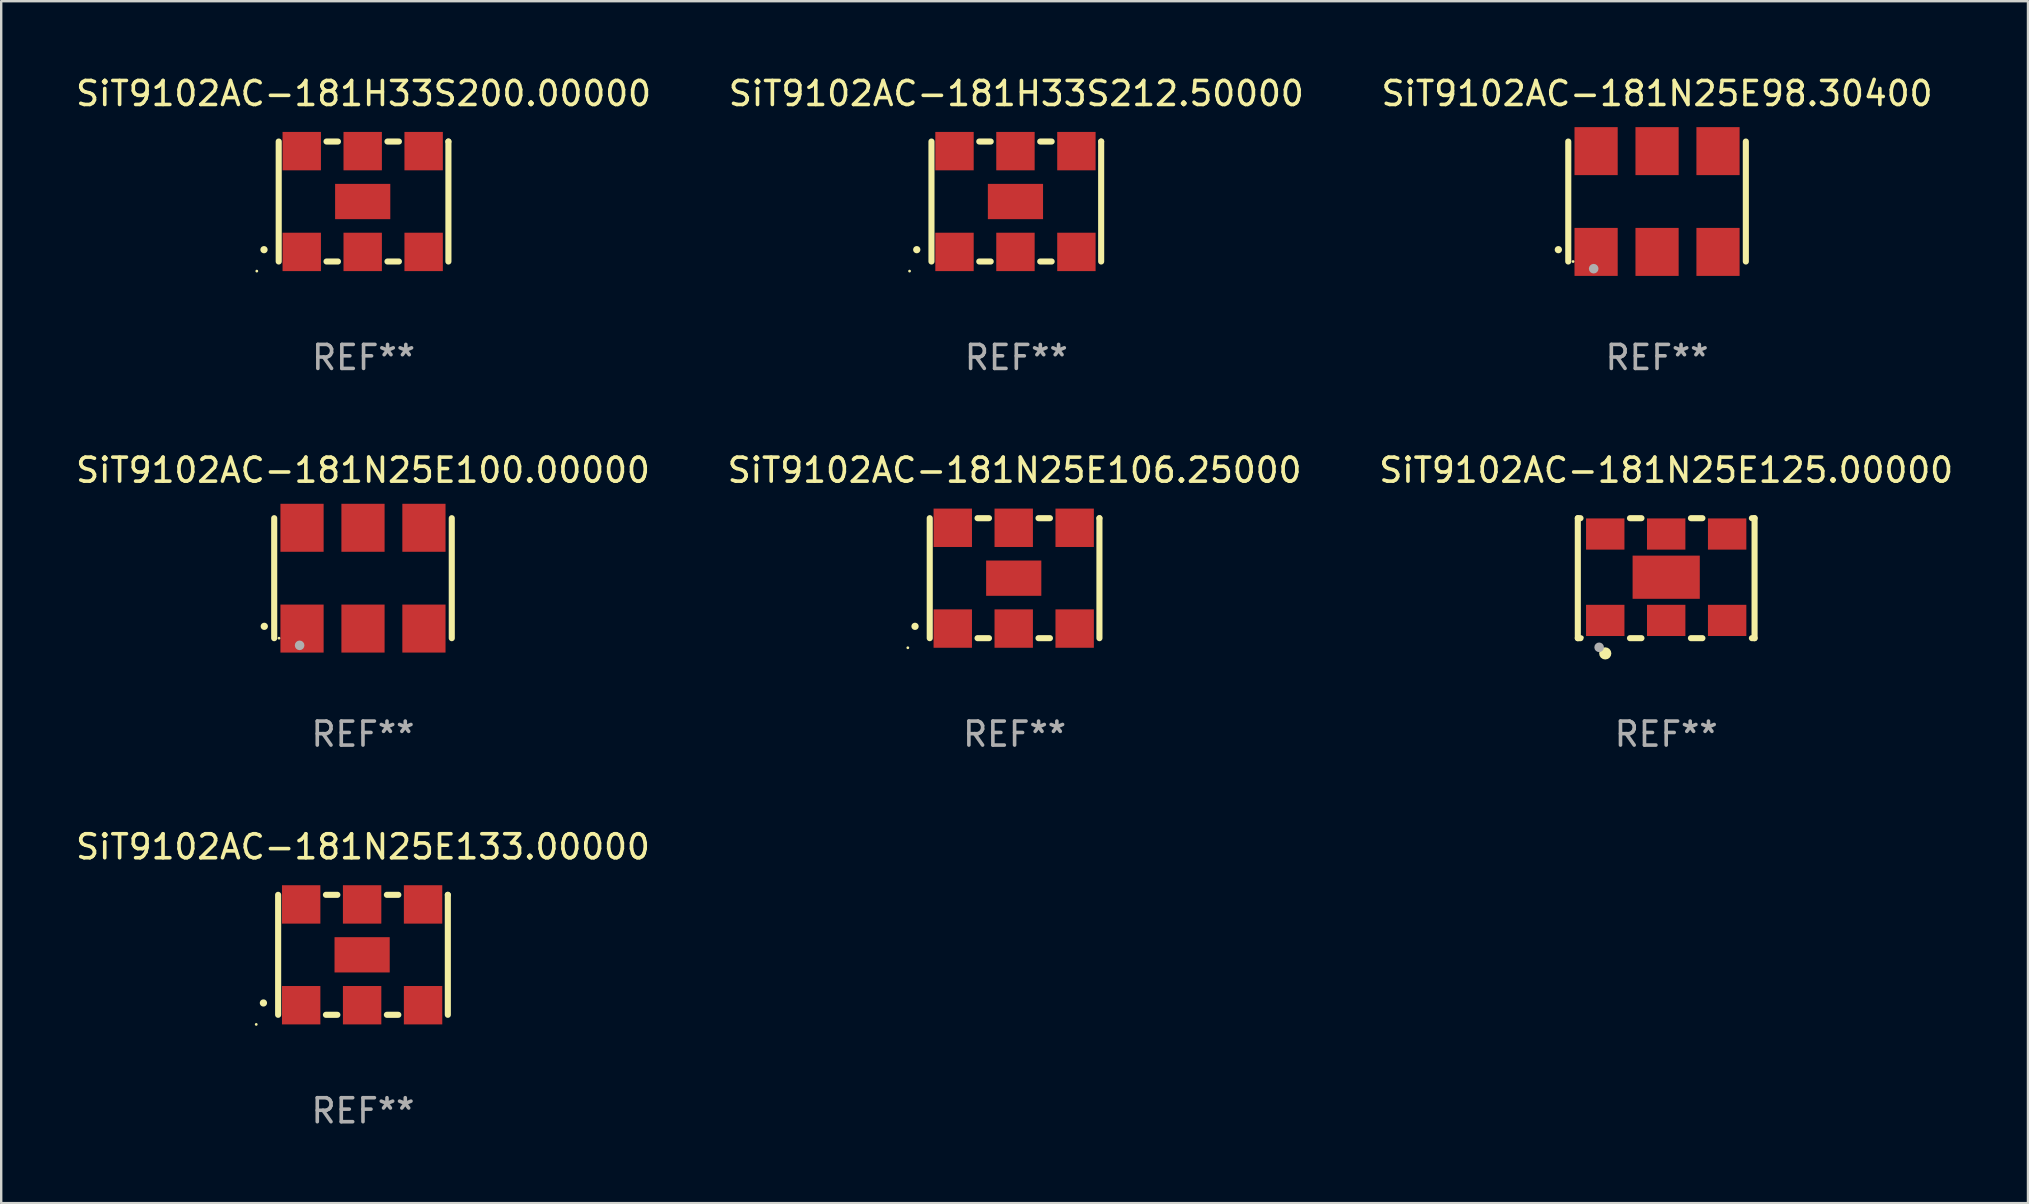
<source format=kicad_pcb>
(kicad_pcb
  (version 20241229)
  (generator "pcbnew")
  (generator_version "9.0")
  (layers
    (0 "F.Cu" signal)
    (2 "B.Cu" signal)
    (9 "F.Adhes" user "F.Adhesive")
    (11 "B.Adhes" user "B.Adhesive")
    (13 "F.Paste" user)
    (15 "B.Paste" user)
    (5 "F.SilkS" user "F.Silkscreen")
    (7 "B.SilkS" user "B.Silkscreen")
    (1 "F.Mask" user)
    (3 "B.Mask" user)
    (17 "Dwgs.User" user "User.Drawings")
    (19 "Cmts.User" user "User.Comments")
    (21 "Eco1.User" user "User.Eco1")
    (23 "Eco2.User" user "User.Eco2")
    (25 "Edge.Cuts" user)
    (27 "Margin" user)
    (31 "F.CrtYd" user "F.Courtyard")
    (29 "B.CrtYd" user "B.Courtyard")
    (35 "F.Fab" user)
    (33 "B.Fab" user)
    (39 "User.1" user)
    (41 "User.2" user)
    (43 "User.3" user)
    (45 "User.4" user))
  (footprint "SiT9102AC-181H33S200.00000"
    (layer "F.Cu")
    (at 12.101 5.348)
    (property "Reference" "SiT9102AC-181H33S200.00000" (at 0 -4.5 0) (layer "F.SilkS") (effects (font (size 1 1) (thickness 0.15))))
    (attr through_hole)
    (fp_line (start -3.536 -2.5) (end -3.536 2.5) (stroke (width 0.254) (type solid)) (layer "F.SilkS"))
    (fp_line (start -1.544 2.5) (end -1.067 2.5) (stroke (width 0.254) (type solid)) (layer "F.SilkS"))
    (fp_line (start -1.067 -2.5) (end -1.544 -2.5) (stroke (width 0.254) (type solid)) (layer "F.SilkS"))
    (fp_line (start 0.996 2.5) (end 1.473 2.5) (stroke (width 0.254) (type solid)) (layer "F.SilkS"))
    (fp_line (start 1.473 -2.5) (end 0.996 -2.5) (stroke (width 0.254) (type solid)) (layer "F.SilkS"))
    (fp_line (start 3.536 -2.5) (end 3.536 -2.5) (stroke (width 0.254) (type solid)) (layer "F.SilkS"))
    (fp_line (start 3.536 2.5) (end 3.536 -2.5) (stroke (width 0.254) (type solid)) (layer "F.SilkS"))
    (fp_arc (start -4.150432 2.006604) (mid -4.149162 2.006599) (end -4.147892 2.006604) (stroke (width 0.3) (type solid)) (layer "F.SilkS"))
    (fp_circle (center -4.449 2.9) (end -4.419 2.9) (stroke (width 0.06) (type solid)) (fill no) (layer "F.SilkS"))
    (fp_text user "REF**" (at 0 6.5 0) (layer "F.Fab") (effects (font (size 1 1) (thickness 0.15))))
    (pad "1" smd rect (at -2.576 2.1) (size 1.6 1.6) (layers "F.Cu" "F.Mask" "F.Paste"))
    (pad "2" smd rect (at -0.036 2.1) (size 1.6 1.6) (layers "F.Cu" "F.Mask" "F.Paste"))
    (pad "3" smd rect (at 2.504 2.1) (size 1.6 1.6) (layers "F.Cu" "F.Mask" "F.Paste"))
    (pad "4" smd rect (at 2.504 -2.1) (size 1.6 1.6) (layers "F.Cu" "F.Mask" "F.Paste"))
    (pad "5" smd rect (at -0.036 -2.1) (size 1.6 1.6) (layers "F.Cu" "F.Mask" "F.Paste"))
    (pad "6" smd rect (at -2.576 -2.1) (size 1.6 1.6) (layers "F.Cu" "F.Mask" "F.Paste"))
    (pad "7" smd rect (at -0.036 0) (size 2.3 1.47) (layers "F.Cu" "F.Mask" "F.Paste")))
  (footprint "SiT9102AC-181N25E125.00000"
    (layer "F.Cu")
    (at 66.387 21.045)
    (property "Reference" "SiT9102AC-181N25E125.00000" (at 0 -4.5 0) (layer "F.SilkS") (effects (font (size 1 1) (thickness 0.15))))
    (attr through_hole)
    (fp_line (start -3.683 -2.5) (end -3.571 -2.5) (stroke (width 0.254) (type solid)) (layer "F.SilkS"))
    (fp_line (start -3.683 2.5) (end -3.683 -2.5) (stroke (width 0.254) (type solid)) (layer "F.SilkS"))
    (fp_line (start -3.683 2.5) (end -3.571 2.5) (stroke (width 0.254) (type solid)) (layer "F.SilkS"))
    (fp_line (start -1.509 -2.5) (end -1.031 -2.5) (stroke (width 0.254) (type solid)) (layer "F.SilkS"))
    (fp_line (start -1.509 2.5) (end -1.031 2.5) (stroke (width 0.254) (type solid)) (layer "F.SilkS"))
    (fp_line (start 1.031 -2.5) (end 1.509 -2.5) (stroke (width 0.254) (type solid)) (layer "F.SilkS"))
    (fp_line (start 1.031 2.5) (end 1.509 2.5) (stroke (width 0.254) (type solid)) (layer "F.SilkS"))
    (fp_line (start 3.571 -2.5) (end 3.683 -2.5) (stroke (width 0.254) (type solid)) (layer "F.SilkS"))
    (fp_line (start 3.571 2.5) (end 3.683 2.5) (stroke (width 0.254) (type solid)) (layer "F.SilkS"))
    (fp_line (start 3.683 2.5) (end 3.683 -2.5) (stroke (width 0.254) (type solid)) (layer "F.SilkS"))
    (fp_circle (center -3.5 2.46) (end -3.47 2.46) (stroke (width 0.06) (type solid)) (fill no) (layer "F.SilkS"))
    (fp_circle (center -2.54 3.135) (end -2.413 3.135) (stroke (width 0.254) (type solid)) (fill no) (layer "F.SilkS"))
    (fp_circle (center -2.794 2.881) (end -2.694 2.881) (stroke (width 0.2) (type solid)) (fill no) (layer "F.Fab"))
    (fp_text user "REF**" (at 0 6.5 0) (layer "F.Fab") (effects (font (size 1 1) (thickness 0.15))))
    (pad "1" smd rect (at -2.54 1.76) (size 1.6 1.3) (layers "F.Cu" "F.Mask" "F.Paste"))
    (pad "2" smd rect (at 0 1.76) (size 1.6 1.3) (layers "F.Cu" "F.Mask" "F.Paste"))
    (pad "3" smd rect (at 2.54 1.76) (size 1.6 1.3) (layers "F.Cu" "F.Mask" "F.Paste"))
    (pad "4" smd rect (at 2.54 -1.84) (size 1.6 1.3) (layers "F.Cu" "F.Mask" "F.Paste"))
    (pad "5" smd rect (at 0 -1.84) (size 1.6 1.3) (layers "F.Cu" "F.Mask" "F.Paste"))
    (pad "6" smd rect (at -2.54 -1.84) (size 1.6 1.3) (layers "F.Cu" "F.Mask" "F.Paste"))
    (pad "7" smd rect (at 0 -0.04) (size 2.8 1.8) (layers "F.Cu" "F.Mask" "F.Paste")))
  (footprint "SiT9102AC-181N25E133.00000"
    (layer "F.Cu")
    (at 12.077 36.741)
    (property "Reference" "SiT9102AC-181N25E133.00000" (at 0 -4.5 0) (layer "F.SilkS") (effects (font (size 1 1) (thickness 0.15))))
    (attr through_hole)
    (fp_line (start -3.536 -2.5) (end -3.536 2.5) (stroke (width 0.254) (type solid)) (layer "F.SilkS"))
    (fp_line (start -1.544 2.5) (end -1.067 2.5) (stroke (width 0.254) (type solid)) (layer "F.SilkS"))
    (fp_line (start -1.067 -2.5) (end -1.544 -2.5) (stroke (width 0.254) (type solid)) (layer "F.SilkS"))
    (fp_line (start 0.996 2.5) (end 1.473 2.5) (stroke (width 0.254) (type solid)) (layer "F.SilkS"))
    (fp_line (start 1.473 -2.5) (end 0.996 -2.5) (stroke (width 0.254) (type solid)) (layer "F.SilkS"))
    (fp_line (start 3.536 -2.5) (end 3.536 -2.5) (stroke (width 0.254) (type solid)) (layer "F.SilkS"))
    (fp_line (start 3.536 2.5) (end 3.536 -2.5) (stroke (width 0.254) (type solid)) (layer "F.SilkS"))
    (fp_arc (start -4.150432 2.006604) (mid -4.149162 2.006599) (end -4.147892 2.006604) (stroke (width 0.3) (type solid)) (layer "F.SilkS"))
    (fp_circle (center -4.449 2.9) (end -4.419 2.9) (stroke (width 0.06) (type solid)) (fill no) (layer "F.SilkS"))
    (fp_text user "REF**" (at 0 6.5 0) (layer "F.Fab") (effects (font (size 1 1) (thickness 0.15))))
    (pad "1" smd rect (at -2.576 2.1) (size 1.6 1.6) (layers "F.Cu" "F.Mask" "F.Paste"))
    (pad "2" smd rect (at -0.036 2.1) (size 1.6 1.6) (layers "F.Cu" "F.Mask" "F.Paste"))
    (pad "3" smd rect (at 2.504 2.1) (size 1.6 1.6) (layers "F.Cu" "F.Mask" "F.Paste"))
    (pad "4" smd rect (at 2.504 -2.1) (size 1.6 1.6) (layers "F.Cu" "F.Mask" "F.Paste"))
    (pad "5" smd rect (at -0.036 -2.1) (size 1.6 1.6) (layers "F.Cu" "F.Mask" "F.Paste"))
    (pad "6" smd rect (at -2.576 -2.1) (size 1.6 1.6) (layers "F.Cu" "F.Mask" "F.Paste"))
    (pad "7" smd rect (at -0.036 0) (size 2.3 1.47) (layers "F.Cu" "F.Mask" "F.Paste")))
  (footprint "SiT9102AC-181N25E98.30400"
    (layer "F.Cu")
    (at 66.006 5.348)
    (property "Reference" "SiT9102AC-181N25E98.30400" (at 0 -4.5 0) (layer "F.SilkS") (effects (font (size 1 1) (thickness 0.15))))
    (attr through_hole)
    (fp_line (start -3.7 -2.5) (end -3.7 2.5) (stroke (width 0.254) (type solid)) (layer "F.SilkS"))
    (fp_line (start 3.7 -2.5) (end 3.7 2.5) (stroke (width 0.254) (type solid)) (layer "F.SilkS"))
    (fp_arc (start -4.114415 2.006604) (mid -4.113145 2.006599) (end -4.111875 2.006604) (stroke (width 0.3) (type solid)) (layer "F.SilkS"))
    (fp_circle (center -3.5 2.501) (end -3.47 2.501) (stroke (width 0.06) (type solid)) (fill no) (layer "F.SilkS"))
    (fp_circle (center -2.641 2.799) (end -2.541 2.799) (stroke (width 0.2) (type solid)) (fill no) (layer "F.Fab"))
    (fp_text user "REF**" (at 0 6.5 0) (layer "F.Fab") (effects (font (size 1 1) (thickness 0.15))))
    (pad "1" smd rect (at -2.54 2.1) (size 1.8 2) (layers "F.Cu" "F.Mask" "F.Paste"))
    (pad "2" smd rect (at 0.000394 2.1) (size 1.8 2) (layers "F.Cu" "F.Mask" "F.Paste"))
    (pad "3" smd rect (at 2.54 2.1) (size 1.8 2) (layers "F.Cu" "F.Mask" "F.Paste"))
    (pad "4" smd rect (at 2.54 -2.1) (size 1.8 2) (layers "F.Cu" "F.Mask" "F.Paste"))
    (pad "5" smd rect (at 0.000394 -2.1) (size 1.8 2) (layers "F.Cu" "F.Mask" "F.Paste"))
    (pad "6" smd rect (at -2.54 -2.1) (size 1.8 2) (layers "F.Cu" "F.Mask" "F.Paste")))
  (footprint "SiT9102AC-181N25E100.00000"
    (layer "F.Cu")
    (at 12.077 21.045)
    (property "Reference" "SiT9102AC-181N25E100.00000" (at 0 -4.5 0) (layer "F.SilkS") (effects (font (size 1 1) (thickness 0.15))))
    (attr through_hole)
    (fp_line (start -3.7 -2.5) (end -3.7 2.5) (stroke (width 0.254) (type solid)) (layer "F.SilkS"))
    (fp_line (start 3.7 -2.5) (end 3.7 2.5) (stroke (width 0.254) (type solid)) (layer "F.SilkS"))
    (fp_arc (start -4.114415 2.006604) (mid -4.113145 2.006599) (end -4.111875 2.006604) (stroke (width 0.3) (type solid)) (layer "F.SilkS"))
    (fp_circle (center -3.5 2.501) (end -3.47 2.501) (stroke (width 0.06) (type solid)) (fill no) (layer "F.SilkS"))
    (fp_circle (center -2.641 2.799) (end -2.541 2.799) (stroke (width 0.2) (type solid)) (fill no) (layer "F.Fab"))
    (fp_text user "REF**" (at 0 6.5 0) (layer "F.Fab") (effects (font (size 1 1) (thickness 0.15))))
    (pad "1" smd rect (at -2.54 2.1) (size 1.8 2) (layers "F.Cu" "F.Mask" "F.Paste"))
    (pad "2" smd rect (at 0.000394 2.1) (size 1.8 2) (layers "F.Cu" "F.Mask" "F.Paste"))
    (pad "3" smd rect (at 2.54 2.1) (size 1.8 2) (layers "F.Cu" "F.Mask" "F.Paste"))
    (pad "4" smd rect (at 2.54 -2.1) (size 1.8 2) (layers "F.Cu" "F.Mask" "F.Paste"))
    (pad "5" smd rect (at 0.000394 -2.1) (size 1.8 2) (layers "F.Cu" "F.Mask" "F.Paste"))
    (pad "6" smd rect (at -2.54 -2.1) (size 1.8 2) (layers "F.Cu" "F.Mask" "F.Paste")))
  (footprint "SiT9102AC-181H33S212.50000"
    (layer "F.Cu")
    (at 39.304 5.348)
    (property "Reference" "SiT9102AC-181H33S212.50000" (at 0 -4.5 0) (layer "F.SilkS") (effects (font (size 1 1) (thickness 0.15))))
    (attr through_hole)
    (fp_line (start -3.536 -2.5) (end -3.536 2.5) (stroke (width 0.254) (type solid)) (layer "F.SilkS"))
    (fp_line (start -1.544 2.5) (end -1.067 2.5) (stroke (width 0.254) (type solid)) (layer "F.SilkS"))
    (fp_line (start -1.067 -2.5) (end -1.544 -2.5) (stroke (width 0.254) (type solid)) (layer "F.SilkS"))
    (fp_line (start 0.996 2.5) (end 1.473 2.5) (stroke (width 0.254) (type solid)) (layer "F.SilkS"))
    (fp_line (start 1.473 -2.5) (end 0.996 -2.5) (stroke (width 0.254) (type solid)) (layer "F.SilkS"))
    (fp_line (start 3.536 -2.5) (end 3.536 -2.5) (stroke (width 0.254) (type solid)) (layer "F.SilkS"))
    (fp_line (start 3.536 2.5) (end 3.536 -2.5) (stroke (width 0.254) (type solid)) (layer "F.SilkS"))
    (fp_arc (start -4.150432 2.006604) (mid -4.149162 2.006599) (end -4.147892 2.006604) (stroke (width 0.3) (type solid)) (layer "F.SilkS"))
    (fp_circle (center -4.449 2.9) (end -4.419 2.9) (stroke (width 0.06) (type solid)) (fill no) (layer "F.SilkS"))
    (fp_text user "REF**" (at 0 6.5 0) (layer "F.Fab") (effects (font (size 1 1) (thickness 0.15))))
    (pad "1" smd rect (at -2.576 2.1) (size 1.6 1.6) (layers "F.Cu" "F.Mask" "F.Paste"))
    (pad "2" smd rect (at -0.036 2.1) (size 1.6 1.6) (layers "F.Cu" "F.Mask" "F.Paste"))
    (pad "3" smd rect (at 2.504 2.1) (size 1.6 1.6) (layers "F.Cu" "F.Mask" "F.Paste"))
    (pad "4" smd rect (at 2.504 -2.1) (size 1.6 1.6) (layers "F.Cu" "F.Mask" "F.Paste"))
    (pad "5" smd rect (at -0.036 -2.1) (size 1.6 1.6) (layers "F.Cu" "F.Mask" "F.Paste"))
    (pad "6" smd rect (at -2.576 -2.1) (size 1.6 1.6) (layers "F.Cu" "F.Mask" "F.Paste"))
    (pad "7" smd rect (at -0.036 0) (size 2.3 1.47) (layers "F.Cu" "F.Mask" "F.Paste")))
  (footprint "SiT9102AC-181N25E106.25000"
    (layer "F.Cu")
    (at 39.232 21.045)
    (property "Reference" "SiT9102AC-181N25E106.25000" (at 0 -4.5 0) (layer "F.SilkS") (effects (font (size 1 1) (thickness 0.15))))
    (attr through_hole)
    (fp_line (start -3.536 -2.5) (end -3.536 2.5) (stroke (width 0.254) (type solid)) (layer "F.SilkS"))
    (fp_line (start -1.544 2.5) (end -1.067 2.5) (stroke (width 0.254) (type solid)) (layer "F.SilkS"))
    (fp_line (start -1.067 -2.5) (end -1.544 -2.5) (stroke (width 0.254) (type solid)) (layer "F.SilkS"))
    (fp_line (start 0.996 2.5) (end 1.473 2.5) (stroke (width 0.254) (type solid)) (layer "F.SilkS"))
    (fp_line (start 1.473 -2.5) (end 0.996 -2.5) (stroke (width 0.254) (type solid)) (layer "F.SilkS"))
    (fp_line (start 3.536 -2.5) (end 3.536 -2.5) (stroke (width 0.254) (type solid)) (layer "F.SilkS"))
    (fp_line (start 3.536 2.5) (end 3.536 -2.5) (stroke (width 0.254) (type solid)) (layer "F.SilkS"))
    (fp_arc (start -4.150432 2.006604) (mid -4.149162 2.006599) (end -4.147892 2.006604) (stroke (width 0.3) (type solid)) (layer "F.SilkS"))
    (fp_circle (center -4.449 2.9) (end -4.419 2.9) (stroke (width 0.06) (type solid)) (fill no) (layer "F.SilkS"))
    (fp_text user "REF**" (at 0 6.5 0) (layer "F.Fab") (effects (font (size 1 1) (thickness 0.15))))
    (pad "1" smd rect (at -2.576 2.1) (size 1.6 1.6) (layers "F.Cu" "F.Mask" "F.Paste"))
    (pad "2" smd rect (at -0.036 2.1) (size 1.6 1.6) (layers "F.Cu" "F.Mask" "F.Paste"))
    (pad "3" smd rect (at 2.504 2.1) (size 1.6 1.6) (layers "F.Cu" "F.Mask" "F.Paste"))
    (pad "4" smd rect (at 2.504 -2.1) (size 1.6 1.6) (layers "F.Cu" "F.Mask" "F.Paste"))
    (pad "5" smd rect (at -0.036 -2.1) (size 1.6 1.6) (layers "F.Cu" "F.Mask" "F.Paste"))
    (pad "6" smd rect (at -2.576 -2.1) (size 1.6 1.6) (layers "F.Cu" "F.Mask" "F.Paste"))
    (pad "7" smd rect (at -0.036 0) (size 2.3 1.47) (layers "F.Cu" "F.Mask" "F.Paste")))
  (gr_rect
    (start -3 -3)
    (end 81.464 47.09)
    (stroke (width 0.1) (type default))
    (fill no)
    (layer "Edge.Cuts")))
</source>
